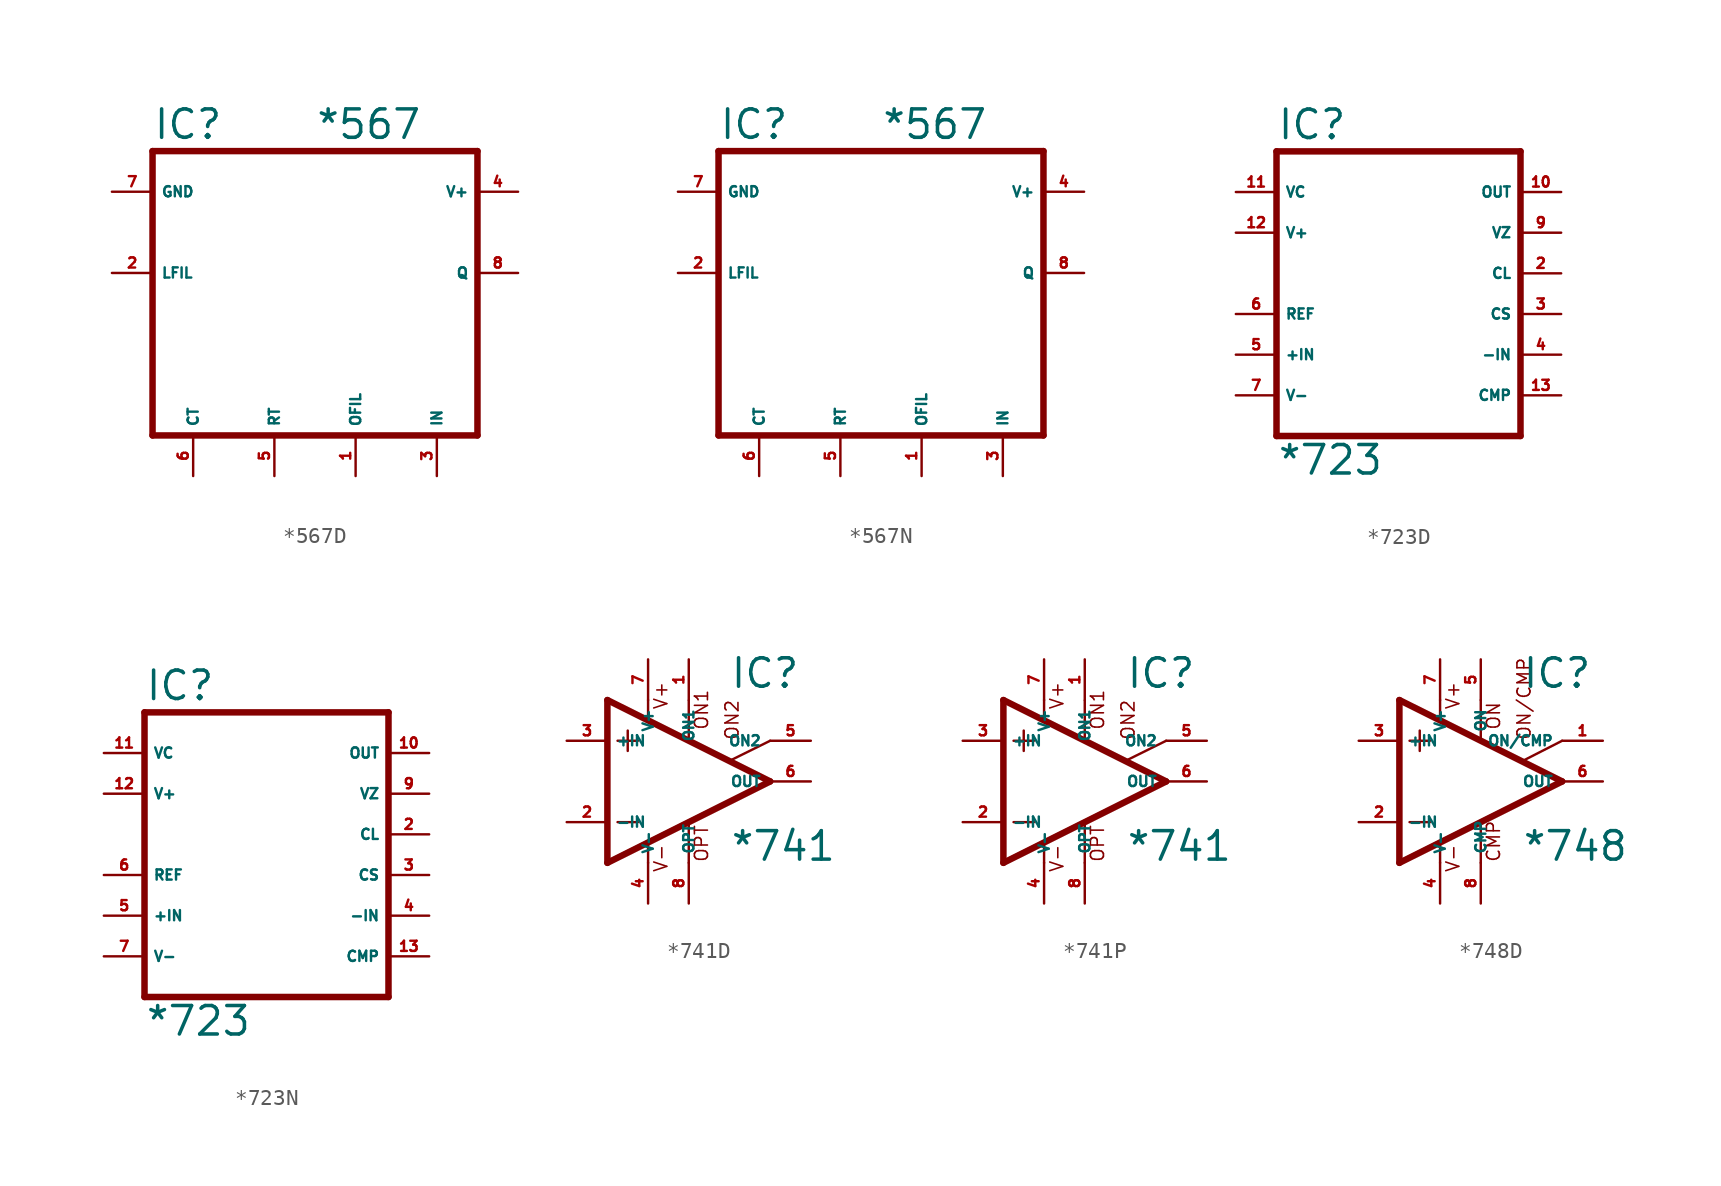
<source format=kicad_sym>
(kicad_symbol_lib
  (version 20220914)
  (generator Eagle2Kicad)
  (symbol "*567D"
    (property "Reference" "IC"
      (at -10.16 10.795 0)
      (effects (font (size 1.778 1.778) (thickness 0.22)) (justify left bottom)))
    (property "Value" "*567"
      (at 0 10.795 0)
      (effects (font (size 1.778 1.778) (thickness 0.22)) (justify left bottom)))
    (polyline
      (pts (xy -10.16 -7.62) (xy 10.16 -7.62))
      (stroke (width 0.406) (type default))
      (fill (type none)))
    (polyline
      (pts (xy 10.16 -7.62) (xy 10.16 10.16))
      (stroke (width 0.406) (type default))
      (fill (type none)))
    (polyline
      (pts (xy 10.16 10.16) (xy -10.16 10.16))
      (stroke (width 0.406) (type default))
      (fill (type none)))
    (polyline
      (pts (xy -10.16 10.16) (xy -10.16 -7.62))
      (stroke (width 0.406) (type default))
      (fill (type none)))
    (pin passive line
      (at -12.7 2.54 0)
      (length 2.54)
      (name "LFIL" (effects (font (size 0.635 0.635) (thickness 0.08)) (justify left bottom)))
      (number "2" (effects (font (size 0.635 0.635) (thickness 0.08)) (justify left bottom))))
    (pin output line
      (at 12.7 2.54 180)
      (length 2.54)
      (name "Q" (effects (font (size 0.635 0.635) (thickness 0.08)) (justify left bottom)))
      (number "8" (effects (font (size 0.635 0.635) (thickness 0.08)) (justify left bottom))))
    (pin passive line
      (at -7.62 -10.16 90)
      (length 2.54)
      (name "CT" (effects (font (size 0.635 0.635) (thickness 0.08)) (justify left bottom)))
      (number "6" (effects (font (size 0.635 0.635) (thickness 0.08)) (justify left bottom))))
    (pin passive line
      (at -2.54 -10.16 90)
      (length 2.54)
      (name "RT" (effects (font (size 0.635 0.635) (thickness 0.08)) (justify left bottom)))
      (number "5" (effects (font (size 0.635 0.635) (thickness 0.08)) (justify left bottom))))
    (pin output line
      (at 2.54 -10.16 90)
      (length 2.54)
      (name "OFIL" (effects (font (size 0.635 0.635) (thickness 0.08)) (justify left bottom)))
      (number "1" (effects (font (size 0.635 0.635) (thickness 0.08)) (justify left bottom))))
    (pin input line
      (at 7.62 -10.16 90)
      (length 2.54)
      (name "IN" (effects (font (size 0.635 0.635) (thickness 0.08)) (justify left bottom)))
      (number "3" (effects (font (size 0.635 0.635) (thickness 0.08)) (justify left bottom))))
    (pin unspecified line
      (at 12.7 7.62 180)
      (length 2.54)
      (name "V+" (effects (font (size 0.635 0.635) (thickness 0.08)) (justify left bottom)))
      (number "4" (effects (font (size 0.635 0.635) (thickness 0.08)) (justify left bottom))))
    (pin unspecified line
      (at -12.7 7.62 0)
      (length 2.54)
      (name "GND" (effects (font (size 0.635 0.635) (thickness 0.08)) (justify left bottom)))
      (number "7" (effects (font (size 0.635 0.635) (thickness 0.08)) (justify left bottom)))))
  (symbol "*567N"
    (property "Reference" "IC"
      (at -10.16 10.795 0)
      (effects (font (size 1.778 1.778) (thickness 0.22)) (justify left bottom)))
    (property "Value" "*567"
      (at 0 10.795 0)
      (effects (font (size 1.778 1.778) (thickness 0.22)) (justify left bottom)))
    (polyline
      (pts (xy -10.16 -7.62) (xy 10.16 -7.62))
      (stroke (width 0.406) (type default))
      (fill (type none)))
    (polyline
      (pts (xy 10.16 -7.62) (xy 10.16 10.16))
      (stroke (width 0.406) (type default))
      (fill (type none)))
    (polyline
      (pts (xy 10.16 10.16) (xy -10.16 10.16))
      (stroke (width 0.406) (type default))
      (fill (type none)))
    (polyline
      (pts (xy -10.16 10.16) (xy -10.16 -7.62))
      (stroke (width 0.406) (type default))
      (fill (type none)))
    (pin passive line
      (at -12.7 2.54 0)
      (length 2.54)
      (name "LFIL" (effects (font (size 0.635 0.635) (thickness 0.08)) (justify left bottom)))
      (number "2" (effects (font (size 0.635 0.635) (thickness 0.08)) (justify left bottom))))
    (pin output line
      (at 12.7 2.54 180)
      (length 2.54)
      (name "Q" (effects (font (size 0.635 0.635) (thickness 0.08)) (justify left bottom)))
      (number "8" (effects (font (size 0.635 0.635) (thickness 0.08)) (justify left bottom))))
    (pin passive line
      (at -7.62 -10.16 90)
      (length 2.54)
      (name "CT" (effects (font (size 0.635 0.635) (thickness 0.08)) (justify left bottom)))
      (number "6" (effects (font (size 0.635 0.635) (thickness 0.08)) (justify left bottom))))
    (pin passive line
      (at -2.54 -10.16 90)
      (length 2.54)
      (name "RT" (effects (font (size 0.635 0.635) (thickness 0.08)) (justify left bottom)))
      (number "5" (effects (font (size 0.635 0.635) (thickness 0.08)) (justify left bottom))))
    (pin output line
      (at 2.54 -10.16 90)
      (length 2.54)
      (name "OFIL" (effects (font (size 0.635 0.635) (thickness 0.08)) (justify left bottom)))
      (number "1" (effects (font (size 0.635 0.635) (thickness 0.08)) (justify left bottom))))
    (pin input line
      (at 7.62 -10.16 90)
      (length 2.54)
      (name "IN" (effects (font (size 0.635 0.635) (thickness 0.08)) (justify left bottom)))
      (number "3" (effects (font (size 0.635 0.635) (thickness 0.08)) (justify left bottom))))
    (pin unspecified line
      (at 12.7 7.62 180)
      (length 2.54)
      (name "V+" (effects (font (size 0.635 0.635) (thickness 0.08)) (justify left bottom)))
      (number "4" (effects (font (size 0.635 0.635) (thickness 0.08)) (justify left bottom))))
    (pin unspecified line
      (at -12.7 7.62 0)
      (length 2.54)
      (name "GND" (effects (font (size 0.635 0.635) (thickness 0.08)) (justify left bottom)))
      (number "7" (effects (font (size 0.635 0.635) (thickness 0.08)) (justify left bottom)))))
  (symbol "*723D"
    (property "Reference" "IC"
      (at -7.62 8.255 0)
      (effects (font (size 1.778 1.778) (thickness 0.22)) (justify left bottom)))
    (property "Value" "*723"
      (at -7.62 -12.7 0)
      (effects (font (size 1.778 1.778) (thickness 0.22)) (justify left bottom)))
    (polyline
      (pts (xy -7.62 -10.16) (xy 7.62 -10.16))
      (stroke (width 0.406) (type default))
      (fill (type none)))
    (polyline
      (pts (xy 7.62 -10.16) (xy 7.62 7.62))
      (stroke (width 0.406) (type default))
      (fill (type none)))
    (polyline
      (pts (xy 7.62 7.62) (xy -7.62 7.62))
      (stroke (width 0.406) (type default))
      (fill (type none)))
    (polyline
      (pts (xy -7.62 7.62) (xy -7.62 -10.16))
      (stroke (width 0.406) (type default))
      (fill (type none)))
    (pin input line
      (at -10.16 2.54 0)
      (length 2.54)
      (name "V+" (effects (font (size 0.635 0.635) (thickness 0.08)) (justify left bottom)))
      (number "12" (effects (font (size 0.635 0.635) (thickness 0.08)) (justify left bottom))))
    (pin input line
      (at -10.16 5.08 0)
      (length 2.54)
      (name "VC" (effects (font (size 0.635 0.635) (thickness 0.08)) (justify left bottom)))
      (number "11" (effects (font (size 0.635 0.635) (thickness 0.08)) (justify left bottom))))
    (pin output line
      (at 10.16 5.08 180)
      (length 2.54)
      (name "OUT" (effects (font (size 0.635 0.635) (thickness 0.08)) (justify left bottom)))
      (number "10" (effects (font (size 0.635 0.635) (thickness 0.08)) (justify left bottom))))
    (pin output line
      (at -10.16 -2.54 0)
      (length 2.54)
      (name "REF" (effects (font (size 0.635 0.635) (thickness 0.08)) (justify left bottom)))
      (number "6" (effects (font (size 0.635 0.635) (thickness 0.08)) (justify left bottom))))
    (pin input line
      (at -10.16 -5.08 0)
      (length 2.54)
      (name "+IN" (effects (font (size 0.635 0.635) (thickness 0.08)) (justify left bottom)))
      (number "5" (effects (font (size 0.635 0.635) (thickness 0.08)) (justify left bottom))))
    (pin input line
      (at -10.16 -7.62 0)
      (length 2.54)
      (name "V-" (effects (font (size 0.635 0.635) (thickness 0.08)) (justify left bottom)))
      (number "7" (effects (font (size 0.635 0.635) (thickness 0.08)) (justify left bottom))))
    (pin output line
      (at 10.16 2.54 180)
      (length 2.54)
      (name "VZ" (effects (font (size 0.635 0.635) (thickness 0.08)) (justify left bottom)))
      (number "9" (effects (font (size 0.635 0.635) (thickness 0.08)) (justify left bottom))))
    (pin input line
      (at 10.16 0 180)
      (length 2.54)
      (name "CL" (effects (font (size 0.635 0.635) (thickness 0.08)) (justify left bottom)))
      (number "2" (effects (font (size 0.635 0.635) (thickness 0.08)) (justify left bottom))))
    (pin input line
      (at 10.16 -2.54 180)
      (length 2.54)
      (name "CS" (effects (font (size 0.635 0.635) (thickness 0.08)) (justify left bottom)))
      (number "3" (effects (font (size 0.635 0.635) (thickness 0.08)) (justify left bottom))))
    (pin input line
      (at 10.16 -5.08 180)
      (length 2.54)
      (name "-IN" (effects (font (size 0.635 0.635) (thickness 0.08)) (justify left bottom)))
      (number "4" (effects (font (size 0.635 0.635) (thickness 0.08)) (justify left bottom))))
    (pin passive line
      (at 10.16 -7.62 180)
      (length 2.54)
      (name "CMP" (effects (font (size 0.635 0.635) (thickness 0.08)) (justify left bottom)))
      (number "13" (effects (font (size 0.635 0.635) (thickness 0.08)) (justify left bottom)))))
  (symbol "*723N"
    (property "Reference" "IC"
      (at -7.62 8.255 0)
      (effects (font (size 1.778 1.778) (thickness 0.22)) (justify left bottom)))
    (property "Value" "*723"
      (at -7.62 -12.7 0)
      (effects (font (size 1.778 1.778) (thickness 0.22)) (justify left bottom)))
    (polyline
      (pts (xy -7.62 -10.16) (xy 7.62 -10.16))
      (stroke (width 0.406) (type default))
      (fill (type none)))
    (polyline
      (pts (xy 7.62 -10.16) (xy 7.62 7.62))
      (stroke (width 0.406) (type default))
      (fill (type none)))
    (polyline
      (pts (xy 7.62 7.62) (xy -7.62 7.62))
      (stroke (width 0.406) (type default))
      (fill (type none)))
    (polyline
      (pts (xy -7.62 7.62) (xy -7.62 -10.16))
      (stroke (width 0.406) (type default))
      (fill (type none)))
    (pin input line
      (at -10.16 2.54 0)
      (length 2.54)
      (name "V+" (effects (font (size 0.635 0.635) (thickness 0.08)) (justify left bottom)))
      (number "12" (effects (font (size 0.635 0.635) (thickness 0.08)) (justify left bottom))))
    (pin input line
      (at -10.16 5.08 0)
      (length 2.54)
      (name "VC" (effects (font (size 0.635 0.635) (thickness 0.08)) (justify left bottom)))
      (number "11" (effects (font (size 0.635 0.635) (thickness 0.08)) (justify left bottom))))
    (pin output line
      (at 10.16 5.08 180)
      (length 2.54)
      (name "OUT" (effects (font (size 0.635 0.635) (thickness 0.08)) (justify left bottom)))
      (number "10" (effects (font (size 0.635 0.635) (thickness 0.08)) (justify left bottom))))
    (pin output line
      (at -10.16 -2.54 0)
      (length 2.54)
      (name "REF" (effects (font (size 0.635 0.635) (thickness 0.08)) (justify left bottom)))
      (number "6" (effects (font (size 0.635 0.635) (thickness 0.08)) (justify left bottom))))
    (pin input line
      (at -10.16 -5.08 0)
      (length 2.54)
      (name "+IN" (effects (font (size 0.635 0.635) (thickness 0.08)) (justify left bottom)))
      (number "5" (effects (font (size 0.635 0.635) (thickness 0.08)) (justify left bottom))))
    (pin input line
      (at -10.16 -7.62 0)
      (length 2.54)
      (name "V-" (effects (font (size 0.635 0.635) (thickness 0.08)) (justify left bottom)))
      (number "7" (effects (font (size 0.635 0.635) (thickness 0.08)) (justify left bottom))))
    (pin output line
      (at 10.16 2.54 180)
      (length 2.54)
      (name "VZ" (effects (font (size 0.635 0.635) (thickness 0.08)) (justify left bottom)))
      (number "9" (effects (font (size 0.635 0.635) (thickness 0.08)) (justify left bottom))))
    (pin input line
      (at 10.16 0 180)
      (length 2.54)
      (name "CL" (effects (font (size 0.635 0.635) (thickness 0.08)) (justify left bottom)))
      (number "2" (effects (font (size 0.635 0.635) (thickness 0.08)) (justify left bottom))))
    (pin input line
      (at 10.16 -2.54 180)
      (length 2.54)
      (name "CS" (effects (font (size 0.635 0.635) (thickness 0.08)) (justify left bottom)))
      (number "3" (effects (font (size 0.635 0.635) (thickness 0.08)) (justify left bottom))))
    (pin input line
      (at 10.16 -5.08 180)
      (length 2.54)
      (name "-IN" (effects (font (size 0.635 0.635) (thickness 0.08)) (justify left bottom)))
      (number "4" (effects (font (size 0.635 0.635) (thickness 0.08)) (justify left bottom))))
    (pin passive line
      (at 10.16 -7.62 180)
      (length 2.54)
      (name "CMP" (effects (font (size 0.635 0.635) (thickness 0.08)) (justify left bottom)))
      (number "13" (effects (font (size 0.635 0.635) (thickness 0.08)) (justify left bottom)))))
  (symbol "*741D"
    (property "Reference" "IC"
      (at 2.54 5.715 0)
      (effects (font (size 1.778 1.778) (thickness 0.22)) (justify left bottom)))
    (property "Value" "*741"
      (at 2.54 -5.08 0)
      (effects (font (size 1.778 1.778) (thickness 0.22)) (justify left bottom)))
    (polyline
      (pts (xy -3.81 3.175) (xy -3.81 1.905))
      (stroke (width 0.152) (type default))
      (fill (type none)))
    (polyline
      (pts (xy -4.445 2.54) (xy -3.175 2.54))
      (stroke (width 0.152) (type default))
      (fill (type none)))
    (polyline
      (pts (xy -4.445 -2.54) (xy -3.175 -2.54))
      (stroke (width 0.152) (type default))
      (fill (type none)))
    (polyline
      (pts (xy -2.54 5.08) (xy -2.54 3.886))
      (stroke (width 0.152) (type default))
      (fill (type none)))
    (polyline
      (pts (xy 0 5.055) (xy 0 2.616))
      (stroke (width 0.152) (type default))
      (fill (type none)))
    (polyline
      (pts (xy 0 -2.616) (xy 0 -5.08))
      (stroke (width 0.152) (type default))
      (fill (type none)))
    (polyline
      (pts (xy -2.54 -3.912) (xy -2.54 -5.08))
      (stroke (width 0.152) (type default))
      (fill (type none)))
    (polyline
      (pts (xy 5.08 2.54) (xy 2.616 1.321))
      (stroke (width 0.152) (type default))
      (fill (type none)))
    (polyline
      (pts (xy 5.08 0) (xy -5.08 5.08))
      (stroke (width 0.406) (type default))
      (fill (type none)))
    (polyline
      (pts (xy -5.08 5.08) (xy -5.08 -5.08))
      (stroke (width 0.406) (type default))
      (fill (type none)))
    (polyline
      (pts (xy -5.08 -5.08) (xy 5.08 0))
      (stroke (width 0.406) (type default))
      (fill (type none)))
    (text "ON1"
      (at 1.27 3.175 900)
      (effects (font (size 0.813 0.813) (thickness 0.10)) (justify left bottom)))
    (text "ON2"
      (at 3.175 2.54 900)
      (effects (font (size 0.813 0.813) (thickness 0.10)) (justify left bottom)))
    (text "OPT"
      (at 1.27 -5.08 900)
      (effects (font (size 0.813 0.813) (thickness 0.10)) (justify left bottom)))
    (text "V+"
      (at -1.27 4.445 900)
      (effects (font (size 0.813 0.813) (thickness 0.10)) (justify left bottom)))
    (text "V-"
      (at -1.27 -5.715 900)
      (effects (font (size 0.813 0.813) (thickness 0.10)) (justify left bottom)))
    (pin passive line
      (at 7.62 2.54 180)
      (length 2.54)
      (name "ON2" (effects (font (size 0.635 0.635) (thickness 0.08)) (justify left bottom)))
      (number "5" (effects (font (size 0.635 0.635) (thickness 0.08)) (justify left bottom))))
    (pin passive line
      (at 0 7.62 270)
      (length 2.54)
      (name "ON1" (effects (font (size 0.635 0.635) (thickness 0.08)) (justify left bottom)))
      (number "1" (effects (font (size 0.635 0.635) (thickness 0.08)) (justify left bottom))))
    (pin input line
      (at -7.62 -2.54 0)
      (length 2.54)
      (name "-IN" (effects (font (size 0.635 0.635) (thickness 0.08)) (justify left bottom)))
      (number "2" (effects (font (size 0.635 0.635) (thickness 0.08)) (justify left bottom))))
    (pin input line
      (at -7.62 2.54 0)
      (length 2.54)
      (name "+IN" (effects (font (size 0.635 0.635) (thickness 0.08)) (justify left bottom)))
      (number "3" (effects (font (size 0.635 0.635) (thickness 0.08)) (justify left bottom))))
    (pin output line
      (at 7.62 0 180)
      (length 2.54)
      (name "OUT" (effects (font (size 0.635 0.635) (thickness 0.08)) (justify left bottom)))
      (number "6" (effects (font (size 0.635 0.635) (thickness 0.08)) (justify left bottom))))
    (pin passive line
      (at 0 -7.62 90)
      (length 2.54)
      (name "OPT" (effects (font (size 0.635 0.635) (thickness 0.08)) (justify left bottom)))
      (number "8" (effects (font (size 0.635 0.635) (thickness 0.08)) (justify left bottom))))
    (pin unspecified line
      (at -2.54 7.62 270)
      (length 2.54)
      (name "V+" (effects (font (size 0.635 0.635) (thickness 0.08)) (justify left bottom)))
      (number "7" (effects (font (size 0.635 0.635) (thickness 0.08)) (justify left bottom))))
    (pin unspecified line
      (at -2.54 -7.62 90)
      (length 2.54)
      (name "V-" (effects (font (size 0.635 0.635) (thickness 0.08)) (justify left bottom)))
      (number "4" (effects (font (size 0.635 0.635) (thickness 0.08)) (justify left bottom)))))
  (symbol "*741P"
    (property "Reference" "IC"
      (at 2.54 5.715 0)
      (effects (font (size 1.778 1.778) (thickness 0.22)) (justify left bottom)))
    (property "Value" "*741"
      (at 2.54 -5.08 0)
      (effects (font (size 1.778 1.778) (thickness 0.22)) (justify left bottom)))
    (polyline
      (pts (xy -3.81 3.175) (xy -3.81 1.905))
      (stroke (width 0.152) (type default))
      (fill (type none)))
    (polyline
      (pts (xy -4.445 2.54) (xy -3.175 2.54))
      (stroke (width 0.152) (type default))
      (fill (type none)))
    (polyline
      (pts (xy -4.445 -2.54) (xy -3.175 -2.54))
      (stroke (width 0.152) (type default))
      (fill (type none)))
    (polyline
      (pts (xy -2.54 5.08) (xy -2.54 3.886))
      (stroke (width 0.152) (type default))
      (fill (type none)))
    (polyline
      (pts (xy 0 5.055) (xy 0 2.616))
      (stroke (width 0.152) (type default))
      (fill (type none)))
    (polyline
      (pts (xy 0 -2.616) (xy 0 -5.08))
      (stroke (width 0.152) (type default))
      (fill (type none)))
    (polyline
      (pts (xy -2.54 -3.912) (xy -2.54 -5.08))
      (stroke (width 0.152) (type default))
      (fill (type none)))
    (polyline
      (pts (xy 5.08 2.54) (xy 2.616 1.321))
      (stroke (width 0.152) (type default))
      (fill (type none)))
    (polyline
      (pts (xy 5.08 0) (xy -5.08 5.08))
      (stroke (width 0.406) (type default))
      (fill (type none)))
    (polyline
      (pts (xy -5.08 5.08) (xy -5.08 -5.08))
      (stroke (width 0.406) (type default))
      (fill (type none)))
    (polyline
      (pts (xy -5.08 -5.08) (xy 5.08 0))
      (stroke (width 0.406) (type default))
      (fill (type none)))
    (text "ON1"
      (at 1.27 3.175 900)
      (effects (font (size 0.813 0.813) (thickness 0.10)) (justify left bottom)))
    (text "ON2"
      (at 3.175 2.54 900)
      (effects (font (size 0.813 0.813) (thickness 0.10)) (justify left bottom)))
    (text "OPT"
      (at 1.27 -5.08 900)
      (effects (font (size 0.813 0.813) (thickness 0.10)) (justify left bottom)))
    (text "V+"
      (at -1.27 4.445 900)
      (effects (font (size 0.813 0.813) (thickness 0.10)) (justify left bottom)))
    (text "V-"
      (at -1.27 -5.715 900)
      (effects (font (size 0.813 0.813) (thickness 0.10)) (justify left bottom)))
    (pin passive line
      (at 7.62 2.54 180)
      (length 2.54)
      (name "ON2" (effects (font (size 0.635 0.635) (thickness 0.08)) (justify left bottom)))
      (number "5" (effects (font (size 0.635 0.635) (thickness 0.08)) (justify left bottom))))
    (pin passive line
      (at 0 7.62 270)
      (length 2.54)
      (name "ON1" (effects (font (size 0.635 0.635) (thickness 0.08)) (justify left bottom)))
      (number "1" (effects (font (size 0.635 0.635) (thickness 0.08)) (justify left bottom))))
    (pin input line
      (at -7.62 -2.54 0)
      (length 2.54)
      (name "-IN" (effects (font (size 0.635 0.635) (thickness 0.08)) (justify left bottom)))
      (number "2" (effects (font (size 0.635 0.635) (thickness 0.08)) (justify left bottom))))
    (pin input line
      (at -7.62 2.54 0)
      (length 2.54)
      (name "+IN" (effects (font (size 0.635 0.635) (thickness 0.08)) (justify left bottom)))
      (number "3" (effects (font (size 0.635 0.635) (thickness 0.08)) (justify left bottom))))
    (pin output line
      (at 7.62 0 180)
      (length 2.54)
      (name "OUT" (effects (font (size 0.635 0.635) (thickness 0.08)) (justify left bottom)))
      (number "6" (effects (font (size 0.635 0.635) (thickness 0.08)) (justify left bottom))))
    (pin passive line
      (at 0 -7.62 90)
      (length 2.54)
      (name "OPT" (effects (font (size 0.635 0.635) (thickness 0.08)) (justify left bottom)))
      (number "8" (effects (font (size 0.635 0.635) (thickness 0.08)) (justify left bottom))))
    (pin unspecified line
      (at -2.54 7.62 270)
      (length 2.54)
      (name "V+" (effects (font (size 0.635 0.635) (thickness 0.08)) (justify left bottom)))
      (number "7" (effects (font (size 0.635 0.635) (thickness 0.08)) (justify left bottom))))
    (pin unspecified line
      (at -2.54 -7.62 90)
      (length 2.54)
      (name "V-" (effects (font (size 0.635 0.635) (thickness 0.08)) (justify left bottom)))
      (number "4" (effects (font (size 0.635 0.635) (thickness 0.08)) (justify left bottom)))))
  (symbol "*748D"
    (property "Reference" "IC"
      (at 2.54 5.715 0)
      (effects (font (size 1.778 1.778) (thickness 0.22)) (justify left bottom)))
    (property "Value" "*748"
      (at 2.54 -5.08 0)
      (effects (font (size 1.778 1.778) (thickness 0.22)) (justify left bottom)))
    (polyline
      (pts (xy -3.81 3.175) (xy -3.81 1.905))
      (stroke (width 0.152) (type default))
      (fill (type none)))
    (polyline
      (pts (xy -4.445 2.54) (xy -3.175 2.54))
      (stroke (width 0.152) (type default))
      (fill (type none)))
    (polyline
      (pts (xy -4.445 -2.54) (xy -3.175 -2.54))
      (stroke (width 0.152) (type default))
      (fill (type none)))
    (polyline
      (pts (xy -5.08 5.08) (xy -5.08 -5.08))
      (stroke (width 0.406) (type default))
      (fill (type none)))
    (polyline
      (pts (xy -2.54 5.08) (xy -2.54 3.886))
      (stroke (width 0.152) (type default))
      (fill (type none)))
    (polyline
      (pts (xy 0 5.08) (xy 0 2.616))
      (stroke (width 0.152) (type default))
      (fill (type none)))
    (polyline
      (pts (xy 0 -5.08) (xy 0 -2.616))
      (stroke (width 0.152) (type default))
      (fill (type none)))
    (polyline
      (pts (xy 2.692 1.321) (xy 5.08 2.54))
      (stroke (width 0.152) (type default))
      (fill (type none)))
    (polyline
      (pts (xy -5.08 5.08) (xy 5.08 0))
      (stroke (width 0.406) (type default))
      (fill (type none)))
    (polyline
      (pts (xy -2.54 -3.886) (xy -2.54 -5.08))
      (stroke (width 0.152) (type default))
      (fill (type none)))
    (polyline
      (pts (xy -5.08 -5.08) (xy 5.08 0))
      (stroke (width 0.406) (type default))
      (fill (type none)))
    (text "ON"
      (at 1.27 3.175 900)
      (effects (font (size 0.813 0.813) (thickness 0.10)) (justify left bottom)))
    (text "CMP"
      (at 1.27 -5.08 900)
      (effects (font (size 0.813 0.813) (thickness 0.10)) (justify left bottom)))
    (text "ON/CMP"
      (at 3.175 2.54 900)
      (effects (font (size 0.813 0.813) (thickness 0.10)) (justify left bottom)))
    (text "V+"
      (at -1.27 4.445 900)
      (effects (font (size 0.813 0.813) (thickness 0.10)) (justify left bottom)))
    (text "V-"
      (at -1.27 -5.715 900)
      (effects (font (size 0.813 0.813) (thickness 0.10)) (justify left bottom)))
    (pin passive line
      (at 7.62 2.54 180)
      (length 2.54)
      (name "ON/CMP" (effects (font (size 0.635 0.635) (thickness 0.08)) (justify left bottom)))
      (number "1" (effects (font (size 0.635 0.635) (thickness 0.08)) (justify left bottom))))
    (pin input line
      (at -7.62 -2.54 0)
      (length 2.54)
      (name "-IN" (effects (font (size 0.635 0.635) (thickness 0.08)) (justify left bottom)))
      (number "2" (effects (font (size 0.635 0.635) (thickness 0.08)) (justify left bottom))))
    (pin input line
      (at -7.62 2.54 0)
      (length 2.54)
      (name "+IN" (effects (font (size 0.635 0.635) (thickness 0.08)) (justify left bottom)))
      (number "3" (effects (font (size 0.635 0.635) (thickness 0.08)) (justify left bottom))))
    (pin passive line
      (at 0 7.62 270)
      (length 2.54)
      (name "ON" (effects (font (size 0.635 0.635) (thickness 0.08)) (justify left bottom)))
      (number "5" (effects (font (size 0.635 0.635) (thickness 0.08)) (justify left bottom))))
    (pin output line
      (at 7.62 0 180)
      (length 2.54)
      (name "OUT" (effects (font (size 0.635 0.635) (thickness 0.08)) (justify left bottom)))
      (number "6" (effects (font (size 0.635 0.635) (thickness 0.08)) (justify left bottom))))
    (pin passive line
      (at 0 -7.62 90)
      (length 2.54)
      (name "CMP" (effects (font (size 0.635 0.635) (thickness 0.08)) (justify left bottom)))
      (number "8" (effects (font (size 0.635 0.635) (thickness 0.08)) (justify left bottom))))
    (pin unspecified line
      (at -2.54 7.62 270)
      (length 2.54)
      (name "V+" (effects (font (size 0.635 0.635) (thickness 0.08)) (justify left bottom)))
      (number "7" (effects (font (size 0.635 0.635) (thickness 0.08)) (justify left bottom))))
    (pin unspecified line
      (at -2.54 -7.62 90)
      (length 2.54)
      (name "V-" (effects (font (size 0.635 0.635) (thickness 0.08)) (justify left bottom)))
      (number "4" (effects (font (size 0.635 0.635) (thickness 0.08)) (justify left bottom))))))
</source>
